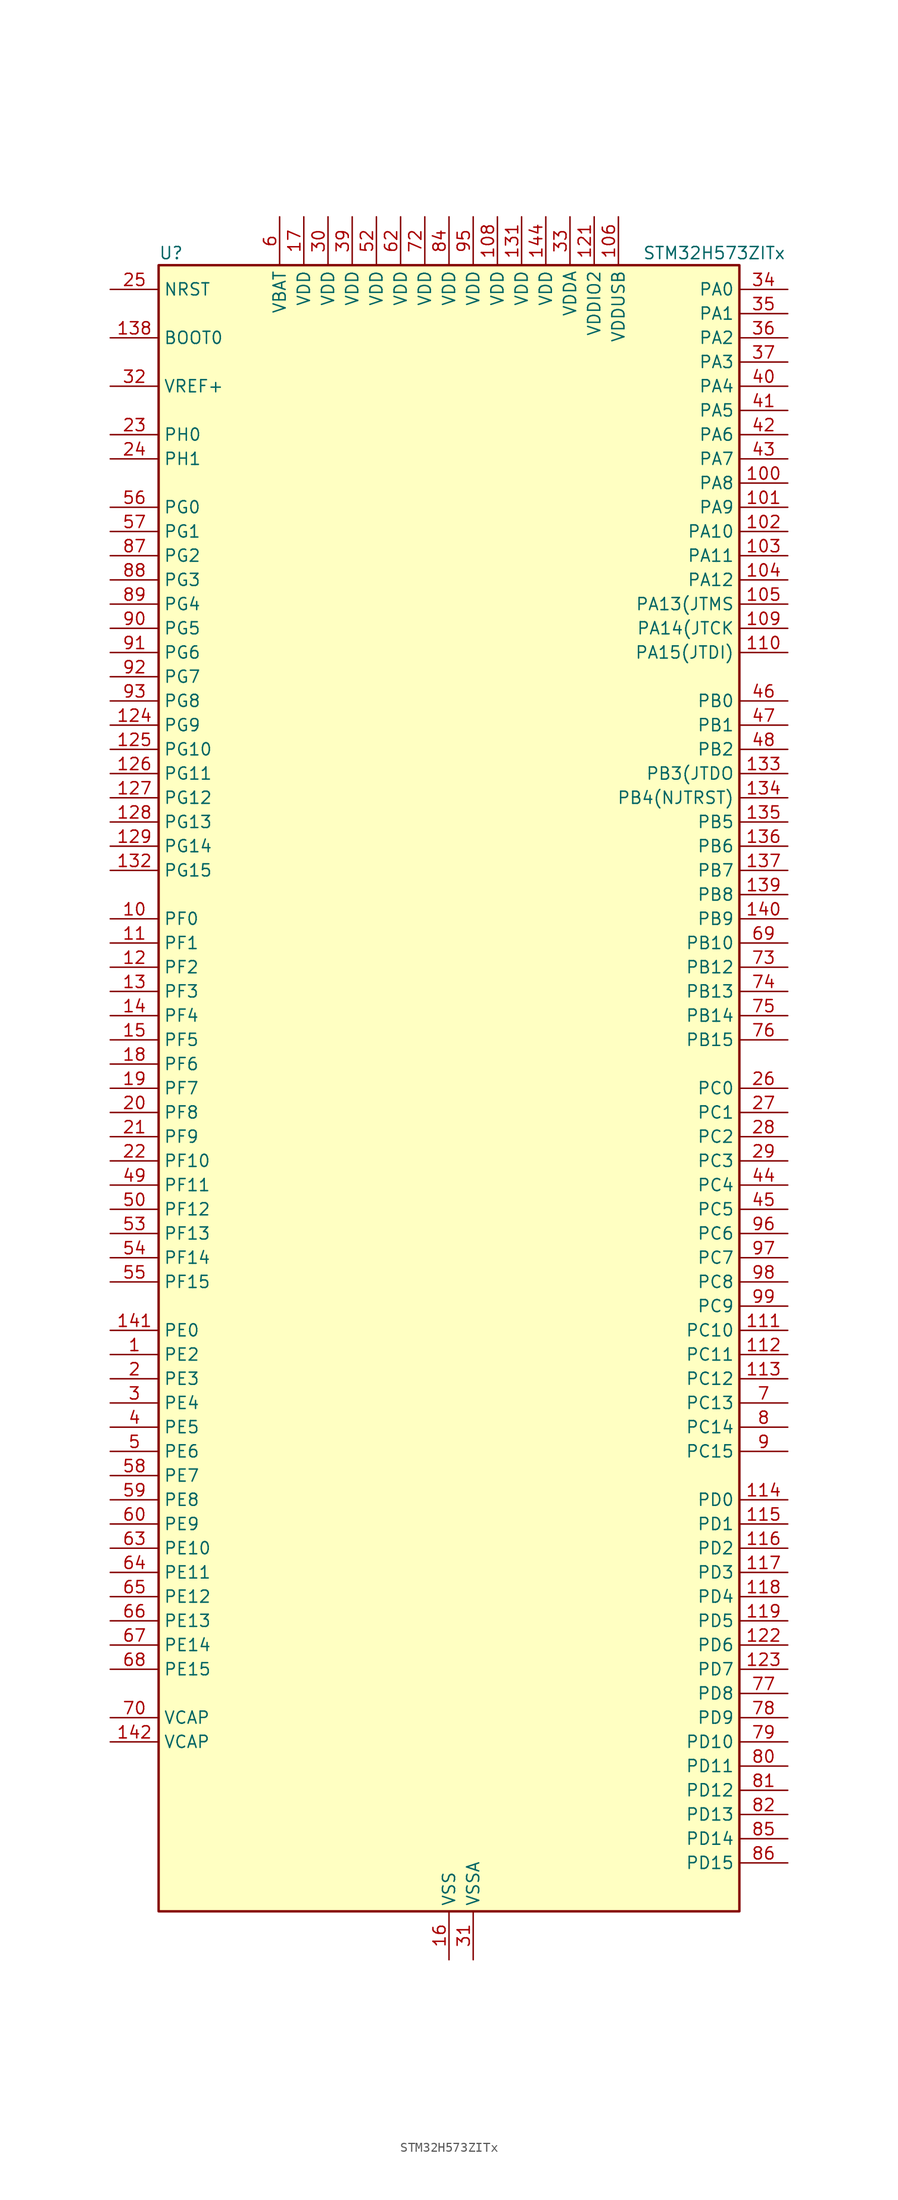
<source format=kicad_sym>
(kicad_symbol_lib
  (version 20231120)
  (generator "kicad_symbol_editor")
  (generator_version "8.0")
  (symbol "STM32H573ZITx"
    (property "Reference" "U"
      (at -30.48 87.63 0)
      (effects (font (size 1.27 1.27)) (justify left)))
    (property "Value" "STM32H573ZITx"
      (at 20.32 87.63 0)
      (effects (font (size 1.27 1.27)) (justify left)))
    (property "ki_locked" ""
      (at 0 0 0)
      (effects (font (size 1.27 1.27))))
    (symbol "STM32H573ZITx_0_1"
      (rectangle (start -30.48 -86.36) (end 30.48 86.36) (stroke (width 0.254) (type default)) (fill (type background))))
    (symbol "STM32H573ZITx_1_1"
      (pin bidirectional line (at -35.56 -27.94 0) (length 5.08) (name "PE2" (effects (font (size 1.27 1.27)))) (number "1" (effects (font (size 1.27 1.27)))) (alternate "DCMI_D3" bidirectional line) (alternate "DEBUG_TRACECLK" bidirectional line) (alternate "ETH_TXD3" bidirectional line) (alternate "FMC_A23" bidirectional line) (alternate "LPTIM1_IN2" bidirectional line) (alternate "OCTOSPI1_IO2" bidirectional line) (alternate "PSSI_D3" bidirectional line) (alternate "SAI1_CK1" bidirectional line) (alternate "SAI1_MCLK_A" bidirectional line) (alternate "SPI4_SCK" bidirectional line) (alternate "UART8_TX" bidirectional line) (alternate "USART10_RX" bidirectional line))
      (pin bidirectional line (at -35.56 17.78 0) (length 5.08) (name "PF0" (effects (font (size 1.27 1.27)))) (number "10" (effects (font (size 1.27 1.27)))) (alternate "FMC_A0" bidirectional line) (alternate "I2C2_SDA" bidirectional line) (alternate "LPTIM5_CH1" bidirectional line))
      (pin bidirectional line (at 35.56 63.5 180) (length 5.08) (name "PA8" (effects (font (size 1.27 1.27)))) (number "100" (effects (font (size 1.27 1.27)))) (alternate "DCMI_D3" bidirectional line) (alternate "FMC_NOE" bidirectional line) (alternate "I2C3_SCL" bidirectional line) (alternate "PSSI_D3" bidirectional line) (alternate "RCC_MCO_1" bidirectional line) (alternate "SPI1_RDY" bidirectional line) (alternate "TIM1_CH1" bidirectional line) (alternate "TIM8_BKIN2" bidirectional line) (alternate "UART7_RX" bidirectional line) (alternate "USART1_CK" bidirectional line) (alternate "USB_SOF" bidirectional line))
      (pin bidirectional line (at 35.56 60.96 180) (length 5.08) (name "PA9" (effects (font (size 1.27 1.27)))) (number "101" (effects (font (size 1.27 1.27)))) (alternate "DAC1_EXTI9" bidirectional line) (alternate "DCMI_D0" bidirectional line) (alternate "ETH_TX_ER" bidirectional line) (alternate "FMC_NWE" bidirectional line) (alternate "I2C3_SMBA" bidirectional line) (alternate "I2S2_CK" bidirectional line) (alternate "LPUART1_TX" bidirectional line) (alternate "PSSI_D0" bidirectional line) (alternate "SPI2_SCK" bidirectional line) (alternate "TIM1_CH2" bidirectional line) (alternate "UCPD1_DB1" bidirectional line) (alternate "USART1_TX" bidirectional line))
      (pin bidirectional line (at 35.56 58.42 180) (length 5.08) (name "PA10" (effects (font (size 1.27 1.27)))) (number "102" (effects (font (size 1.27 1.27)))) (alternate "DCMI_D1" bidirectional line) (alternate "FDCAN2_TX" bidirectional line) (alternate "LPTIM2_IN2" bidirectional line) (alternate "LPUART1_RX" bidirectional line) (alternate "PSSI_D1" bidirectional line) (alternate "SDMMC1_D0" bidirectional line) (alternate "TIM1_CH3" bidirectional line) (alternate "UCPD1_FRSTX" bidirectional line) (alternate "USART1_RX" bidirectional line))
      (pin bidirectional line (at 35.56 55.88 180) (length 5.08) (name "PA11" (effects (font (size 1.27 1.27)))) (number "103" (effects (font (size 1.27 1.27)))) (alternate "ADC1_EXTI11" bidirectional line) (alternate "ADC2_EXTI11" bidirectional line) (alternate "FDCAN1_RX" bidirectional line) (alternate "I2S2_WS" bidirectional line) (alternate "LPUART1_CTS" bidirectional line) (alternate "SPI2_NSS" bidirectional line) (alternate "TIM1_CH4" bidirectional line) (alternate "UART4_RX" bidirectional line) (alternate "USART1_CTS" bidirectional line) (alternate "USART1_NSS" bidirectional line) (alternate "USB_DM" bidirectional line))
      (pin bidirectional line (at 35.56 53.34 180) (length 5.08) (name "PA12" (effects (font (size 1.27 1.27)))) (number "104" (effects (font (size 1.27 1.27)))) (alternate "FDCAN1_TX" bidirectional line) (alternate "I2S2_CK" bidirectional line) (alternate "LPUART1_RTS" bidirectional line) (alternate "SAI2_FS_B" bidirectional line) (alternate "SPI2_SCK" bidirectional line) (alternate "TIM1_ETR" bidirectional line) (alternate "UART4_TX" bidirectional line) (alternate "USART1_RTS" bidirectional line) (alternate "USB_DP" bidirectional line))
      (pin bidirectional line (at 35.56 50.8 180) (length 5.08) (name "PA13(JTMS" (effects (font (size 1.27 1.27)))) (number "105" (effects (font (size 1.27 1.27)))) (alternate "DEBUG_JTMS-SWDIO" bidirectional line))
      (pin power_in line (at 17.78 91.44 270) (length 5.08) (name "VDDUSB" (effects (font (size 1.27 1.27)))) (number "106" (effects (font (size 1.27 1.27)))))
      (pin passive line (at 0 -91.44 90) (length 5.08) hide (name "VSS" (effects (font (size 1.27 1.27)))) (number "107" (effects (font (size 1.27 1.27)))))
      (pin power_in line (at 5.08 91.44 270) (length 5.08) (name "VDD" (effects (font (size 1.27 1.27)))) (number "108" (effects (font (size 1.27 1.27)))))
      (pin bidirectional line (at 35.56 48.26 180) (length 5.08) (name "PA14(JTCK" (effects (font (size 1.27 1.27)))) (number "109" (effects (font (size 1.27 1.27)))) (alternate "DEBUG_JTCK-SWCLK" bidirectional line))
      (pin bidirectional line (at -35.56 15.24 0) (length 5.08) (name "PF1" (effects (font (size 1.27 1.27)))) (number "11" (effects (font (size 1.27 1.27)))) (alternate "FMC_A1" bidirectional line) (alternate "I2C2_SCL" bidirectional line) (alternate "LPTIM5_CH2" bidirectional line))
      (pin bidirectional line (at 35.56 45.72 180) (length 5.08) (name "PA15(JTDI)" (effects (font (size 1.27 1.27)))) (number "110" (effects (font (size 1.27 1.27)))) (alternate "ADC1_EXTI15" bidirectional line) (alternate "ADC2_EXTI15" bidirectional line) (alternate "CEC" bidirectional line) (alternate "DCMI_D11" bidirectional line) (alternate "DEBUG_JTDI" bidirectional line) (alternate "FMC_NBL1" bidirectional line) (alternate "I2S1_WS" bidirectional line) (alternate "I2S3_WS" bidirectional line) (alternate "LPTIM3_IN2" bidirectional line) (alternate "PSSI_D11" bidirectional line) (alternate "SPI1_NSS" bidirectional line) (alternate "SPI3_NSS" bidirectional line) (alternate "SPI6_NSS" bidirectional line) (alternate "TIM2_CH1" bidirectional line) (alternate "TIM2_ETR" bidirectional line) (alternate "UART4_DE" bidirectional line) (alternate "UART4_RTS" bidirectional line) (alternate "UART7_TX" bidirectional line))
      (pin bidirectional line (at 35.56 -25.4 180) (length 5.08) (name "PC10" (effects (font (size 1.27 1.27)))) (number "111" (effects (font (size 1.27 1.27)))) (alternate "DCMI_D8" bidirectional line) (alternate "ETH_TXD0" bidirectional line) (alternate "I2S3_CK" bidirectional line) (alternate "LPTIM3_ETR" bidirectional line) (alternate "OCTOSPI1_IO1" bidirectional line) (alternate "PSSI_D8" bidirectional line) (alternate "SDMMC1_D2" bidirectional line) (alternate "SPI3_SCK" bidirectional line) (alternate "UART4_TX" bidirectional line) (alternate "USART3_TX" bidirectional line))
      (pin bidirectional line (at 35.56 -27.94 180) (length 5.08) (name "PC11" (effects (font (size 1.27 1.27)))) (number "112" (effects (font (size 1.27 1.27)))) (alternate "ADC1_EXTI11" bidirectional line) (alternate "ADC2_EXTI11" bidirectional line) (alternate "DCMI_D4" bidirectional line) (alternate "I2S3_SDI" bidirectional line) (alternate "LPTIM3_IN1" bidirectional line) (alternate "OCTOSPI1_NCS" bidirectional line) (alternate "PSSI_D4" bidirectional line) (alternate "SDMMC1_D3" bidirectional line) (alternate "SPI3_MISO" bidirectional line) (alternate "UART4_RX" bidirectional line) (alternate "USART3_RX" bidirectional line))
      (pin bidirectional line (at 35.56 -30.48 180) (length 5.08) (name "PC12" (effects (font (size 1.27 1.27)))) (number "113" (effects (font (size 1.27 1.27)))) (alternate "DCMI_D9" bidirectional line) (alternate "DEBUG_TRACED3" bidirectional line) (alternate "I2S3_SDO" bidirectional line) (alternate "PSSI_D9" bidirectional line) (alternate "SDMMC1_CK" bidirectional line) (alternate "SPI3_MOSI" bidirectional line) (alternate "SPI6_SCK" bidirectional line) (alternate "TIM15_CH1" bidirectional line) (alternate "UART5_TX" bidirectional line) (alternate "USART3_CK" bidirectional line))
      (pin bidirectional line (at 35.56 -43.18 180) (length 5.08) (name "PD0" (effects (font (size 1.27 1.27)))) (number "114" (effects (font (size 1.27 1.27)))) (alternate "FDCAN1_RX" bidirectional line) (alternate "FMC_D2" bidirectional line) (alternate "FMC_DA2" bidirectional line) (alternate "TIM8_CH4N" bidirectional line) (alternate "UART4_RX" bidirectional line) (alternate "UART9_CTS" bidirectional line))
      (pin bidirectional line (at 35.56 -45.72 180) (length 5.08) (name "PD1" (effects (font (size 1.27 1.27)))) (number "115" (effects (font (size 1.27 1.27)))) (alternate "FDCAN1_TX" bidirectional line) (alternate "FMC_D3" bidirectional line) (alternate "FMC_DA3" bidirectional line) (alternate "UART4_TX" bidirectional line))
      (pin bidirectional line (at 35.56 -48.26 180) (length 5.08) (name "PD2" (effects (font (size 1.27 1.27)))) (number "116" (effects (font (size 1.27 1.27)))) (alternate "DCMI_D11" bidirectional line) (alternate "DEBUG_TRACED2" bidirectional line) (alternate "LPTIM4_ETR" bidirectional line) (alternate "PSSI_D11" bidirectional line) (alternate "PWR_WKUP7" bidirectional line) (alternate "SDMMC1_CMD" bidirectional line) (alternate "TIM15_BKIN" bidirectional line) (alternate "TIM3_ETR" bidirectional line) (alternate "UART5_RX" bidirectional line))
      (pin bidirectional line (at 35.56 -50.8 180) (length 5.08) (name "PD3" (effects (font (size 1.27 1.27)))) (number "117" (effects (font (size 1.27 1.27)))) (alternate "DCMI_D5" bidirectional line) (alternate "FMC_CLK" bidirectional line) (alternate "I2S2_CK" bidirectional line) (alternate "PSSI_D5" bidirectional line) (alternate "PWR_WKUP8" bidirectional line) (alternate "SPI2_SCK" bidirectional line) (alternate "USART2_CTS" bidirectional line) (alternate "USART2_NSS" bidirectional line))
      (pin bidirectional line (at 35.56 -53.34 180) (length 5.08) (name "PD4" (effects (font (size 1.27 1.27)))) (number "118" (effects (font (size 1.27 1.27)))) (alternate "FMC_NOE" bidirectional line) (alternate "OCTOSPI1_IO4" bidirectional line) (alternate "USART2_RTS" bidirectional line))
      (pin bidirectional line (at 35.56 -55.88 180) (length 5.08) (name "PD5" (effects (font (size 1.27 1.27)))) (number "119" (effects (font (size 1.27 1.27)))) (alternate "FDCAN1_TX" bidirectional line) (alternate "FMC_NWE" bidirectional line) (alternate "OCTOSPI1_IO5" bidirectional line) (alternate "SPI2_RDY" bidirectional line) (alternate "TIM1_CH4N" bidirectional line) (alternate "USART2_TX" bidirectional line))
      (pin bidirectional line (at -35.56 12.7 0) (length 5.08) (name "PF2" (effects (font (size 1.27 1.27)))) (number "12" (effects (font (size 1.27 1.27)))) (alternate "FMC_A2" bidirectional line) (alternate "I2C2_SMBA" bidirectional line) (alternate "LPTIM3_CH2" bidirectional line) (alternate "LPTIM3_IN2" bidirectional line) (alternate "LPTIM5_IN1" bidirectional line) (alternate "UART12_TX" bidirectional line) (alternate "USART11_CK" bidirectional line))
      (pin passive line (at 0 -91.44 90) (length 5.08) hide (name "VSS" (effects (font (size 1.27 1.27)))) (number "120" (effects (font (size 1.27 1.27)))))
      (pin power_in line (at 15.24 91.44 270) (length 5.08) (name "VDDIO2" (effects (font (size 1.27 1.27)))) (number "121" (effects (font (size 1.27 1.27)))))
      (pin bidirectional line (at 35.56 -58.42 180) (length 5.08) (name "PD6" (effects (font (size 1.27 1.27)))) (number "122" (effects (font (size 1.27 1.27)))) (alternate "DCMI_D10" bidirectional line) (alternate "FMC_NWAIT" bidirectional line) (alternate "I2S3_SDO" bidirectional line) (alternate "OCTOSPI1_IO6" bidirectional line) (alternate "PSSI_D10" bidirectional line) (alternate "SAI1_D1" bidirectional line) (alternate "SAI1_SD_A" bidirectional line) (alternate "SDMMC2_CK" bidirectional line) (alternate "SPI3_MOSI" bidirectional line) (alternate "USART2_RX" bidirectional line))
      (pin bidirectional line (at 35.56 -60.96 180) (length 5.08) (name "PD7" (effects (font (size 1.27 1.27)))) (number "123" (effects (font (size 1.27 1.27)))) (alternate "FMC_NCE" bidirectional line) (alternate "FMC_NE1" bidirectional line) (alternate "I2S1_SDO" bidirectional line) (alternate "LPTIM4_OUT" bidirectional line) (alternate "OCTOSPI1_IO7" bidirectional line) (alternate "SDMMC2_CMD" bidirectional line) (alternate "SPI1_MOSI" bidirectional line) (alternate "USART2_CK" bidirectional line))
      (pin bidirectional line (at -35.56 38.1 0) (length 5.08) (name "PG9" (effects (font (size 1.27 1.27)))) (number "124" (effects (font (size 1.27 1.27)))) (alternate "DAC1_EXTI9" bidirectional line) (alternate "DCMI_VSYNC" bidirectional line) (alternate "FMC_NCE" bidirectional line) (alternate "FMC_NE2" bidirectional line) (alternate "I2S1_SDI" bidirectional line) (alternate "OCTOSPI1_IO6" bidirectional line) (alternate "PSSI_RDY" bidirectional line) (alternate "SAI2_FS_B" bidirectional line) (alternate "SDMMC2_D0" bidirectional line) (alternate "SPI1_MISO" bidirectional line) (alternate "USART6_RX" bidirectional line))
      (pin bidirectional line (at -35.56 35.56 0) (length 5.08) (name "PG10" (effects (font (size 1.27 1.27)))) (number "125" (effects (font (size 1.27 1.27)))) (alternate "DCMI_D2" bidirectional line) (alternate "FMC_NE3" bidirectional line) (alternate "I2S1_WS" bidirectional line) (alternate "PSSI_D2" bidirectional line) (alternate "SAI2_SD_B" bidirectional line) (alternate "SDMMC2_D1" bidirectional line) (alternate "SPI1_NSS" bidirectional line))
      (pin bidirectional line (at -35.56 33.02 0) (length 5.08) (name "PG11" (effects (font (size 1.27 1.27)))) (number "126" (effects (font (size 1.27 1.27)))) (alternate "ADC1_EXTI11" bidirectional line) (alternate "ADC2_EXTI11" bidirectional line) (alternate "DCMI_D3" bidirectional line) (alternate "ETH_TX_EN" bidirectional line) (alternate "I2S1_CK" bidirectional line) (alternate "LPTIM1_IN2" bidirectional line) (alternate "PSSI_D3" bidirectional line) (alternate "SDMMC2_D2" bidirectional line) (alternate "SPI1_SCK" bidirectional line) (alternate "USART10_RX" bidirectional line) (alternate "USART11_RTS" bidirectional line))
      (pin bidirectional line (at -35.56 30.48 0) (length 5.08) (name "PG12" (effects (font (size 1.27 1.27)))) (number "127" (effects (font (size 1.27 1.27)))) (alternate "DCMI_D11" bidirectional line) (alternate "ETH_TXD1" bidirectional line) (alternate "FMC_NE4" bidirectional line) (alternate "LPTIM1_IN1" bidirectional line) (alternate "LPTIM5_CH1" bidirectional line) (alternate "PSSI_D11" bidirectional line) (alternate "PSSI_D15" bidirectional line) (alternate "SDMMC2_D3" bidirectional line) (alternate "SPI6_MISO" bidirectional line) (alternate "USART10_TX" bidirectional line) (alternate "USART6_RTS" bidirectional line))
      (pin bidirectional line (at -35.56 27.94 0) (length 5.08) (name "PG13" (effects (font (size 1.27 1.27)))) (number "128" (effects (font (size 1.27 1.27)))) (alternate "DEBUG_TRACED0" bidirectional line) (alternate "ETH_TXD0" bidirectional line) (alternate "FMC_A24" bidirectional line) (alternate "LPTIM1_CH1" bidirectional line) (alternate "LPTIM5_CH2" bidirectional line) (alternate "SDMMC2_D6" bidirectional line) (alternate "SPI6_SCK" bidirectional line) (alternate "USART10_CTS" bidirectional line) (alternate "USART10_NSS" bidirectional line) (alternate "USART6_CTS" bidirectional line) (alternate "USART6_NSS" bidirectional line))
      (pin bidirectional line (at -35.56 25.4 0) (length 5.08) (name "PG14" (effects (font (size 1.27 1.27)))) (number "129" (effects (font (size 1.27 1.27)))) (alternate "DEBUG_TRACED1" bidirectional line) (alternate "ETH_TXD1" bidirectional line) (alternate "FMC_A25" bidirectional line) (alternate "LPTIM1_CH2" bidirectional line) (alternate "LPTIM1_ETR" bidirectional line) (alternate "LPTIM5_IN1" bidirectional line) (alternate "OCTOSPI1_IO7" bidirectional line) (alternate "SDMMC2_D7" bidirectional line) (alternate "SPI6_MOSI" bidirectional line) (alternate "USART10_RTS" bidirectional line) (alternate "USART6_TX" bidirectional line))
      (pin bidirectional line (at -35.56 10.16 0) (length 5.08) (name "PF3" (effects (font (size 1.27 1.27)))) (number "13" (effects (font (size 1.27 1.27)))) (alternate "FMC_A3" bidirectional line) (alternate "LPTIM3_IN1" bidirectional line) (alternate "LPTIM5_IN2" bidirectional line) (alternate "USART11_TX" bidirectional line))
      (pin passive line (at 0 -91.44 90) (length 5.08) hide (name "VSS" (effects (font (size 1.27 1.27)))) (number "130" (effects (font (size 1.27 1.27)))))
      (pin power_in line (at 7.62 91.44 270) (length 5.08) (name "VDD" (effects (font (size 1.27 1.27)))) (number "131" (effects (font (size 1.27 1.27)))))
      (pin bidirectional line (at -35.56 22.86 0) (length 5.08) (name "PG15" (effects (font (size 1.27 1.27)))) (number "132" (effects (font (size 1.27 1.27)))) (alternate "ADC1_EXTI15" bidirectional line) (alternate "ADC2_EXTI15" bidirectional line) (alternate "DCMI_D13" bidirectional line) (alternate "FMC_SDNCAS" bidirectional line) (alternate "PSSI_D13" bidirectional line) (alternate "SPI4_RDY" bidirectional line) (alternate "USART10_CK" bidirectional line) (alternate "USART6_CTS" bidirectional line) (alternate "USART6_NSS" bidirectional line))
      (pin bidirectional line (at 35.56 33.02 180) (length 5.08) (name "PB3(JTDO" (effects (font (size 1.27 1.27)))) (number "133" (effects (font (size 1.27 1.27)))) (alternate "CRS_SYNC" bidirectional line) (alternate "DEBUG_JTDO-SWO" bidirectional line) (alternate "I2C2_SDA" bidirectional line) (alternate "I2S1_CK" bidirectional line) (alternate "I2S3_CK" bidirectional line) (alternate "LPTIM6_ETR" bidirectional line) (alternate "SDMMC2_D2" bidirectional line) (alternate "SPI1_SCK" bidirectional line) (alternate "SPI3_SCK" bidirectional line) (alternate "SPI6_SCK" bidirectional line) (alternate "TIM2_CH2" bidirectional line) (alternate "UART12_CTS" bidirectional line) (alternate "UART7_RX" bidirectional line))
      (pin bidirectional line (at 35.56 30.48 180) (length 5.08) (name "PB4(NJTRST)" (effects (font (size 1.27 1.27)))) (number "134" (effects (font (size 1.27 1.27)))) (alternate "DCMI_D7" bidirectional line) (alternate "DEBUG_JTRST" bidirectional line) (alternate "I2S1_SDI" bidirectional line) (alternate "I2S2_WS" bidirectional line) (alternate "I2S3_SDI" bidirectional line) (alternate "LPTIM1_CH2" bidirectional line) (alternate "OCTOSPI1_CLK" bidirectional line) (alternate "PSSI_D7" bidirectional line) (alternate "SDMMC2_D3" bidirectional line) (alternate "SPI1_MISO" bidirectional line) (alternate "SPI2_NSS" bidirectional line) (alternate "SPI3_MISO" bidirectional line) (alternate "SPI6_MISO" bidirectional line) (alternate "TIM16_BKIN" bidirectional line) (alternate "TIM3_CH1" bidirectional line) (alternate "UART7_TX" bidirectional line))
      (pin bidirectional line (at 35.56 27.94 180) (length 5.08) (name "PB5" (effects (font (size 1.27 1.27)))) (number "135" (effects (font (size 1.27 1.27)))) (alternate "DCMI_D10" bidirectional line) (alternate "ETH_PPS_OUT" bidirectional line) (alternate "FDCAN2_RX" bidirectional line) (alternate "FMC_SDCKE1" bidirectional line) (alternate "I2C1_SMBA" bidirectional line) (alternate "I2C4_SMBA" bidirectional line) (alternate "I2S1_SDO" bidirectional line) (alternate "I2S3_SDO" bidirectional line) (alternate "OCTOSPI1_NCLK" bidirectional line) (alternate "PSSI_D10" bidirectional line) (alternate "SPI1_MOSI" bidirectional line) (alternate "SPI3_MOSI" bidirectional line) (alternate "SPI6_MOSI" bidirectional line) (alternate "TIM17_BKIN" bidirectional line) (alternate "TIM3_CH2" bidirectional line) (alternate "UART5_RX" bidirectional line))
      (pin bidirectional line (at 35.56 25.4 180) (length 5.08) (name "PB6" (effects (font (size 1.27 1.27)))) (number "136" (effects (font (size 1.27 1.27)))) (alternate "CEC" bidirectional line) (alternate "DCMI_D5" bidirectional line) (alternate "FDCAN2_TX" bidirectional line) (alternate "FMC_SDNE1" bidirectional line) (alternate "I2C1_SCL" bidirectional line) (alternate "I2C4_SCL" bidirectional line) (alternate "I3C1_SCL" bidirectional line) (alternate "LPUART1_TX" bidirectional line) (alternate "OCTOSPI1_NCS" bidirectional line) (alternate "PSSI_D5" bidirectional line) (alternate "TIM16_CH1N" bidirectional line) (alternate "TIM4_CH1" bidirectional line) (alternate "UART5_TX" bidirectional line) (alternate "USART1_TX" bidirectional line))
      (pin bidirectional line (at 35.56 22.86 180) (length 5.08) (name "PB7" (effects (font (size 1.27 1.27)))) (number "137" (effects (font (size 1.27 1.27)))) (alternate "DCMI_VSYNC" bidirectional line) (alternate "FDCAN1_TX" bidirectional line) (alternate "FMC_NL" bidirectional line) (alternate "I2C1_SDA" bidirectional line) (alternate "I2C4_SDA" bidirectional line) (alternate "I3C1_SDA" bidirectional line) (alternate "LPUART1_RX" bidirectional line) (alternate "PSSI_RDY" bidirectional line) (alternate "PWR_WKUP5" bidirectional line) (alternate "SDMMC2_CKIN" bidirectional line) (alternate "SDMMC2_D5" bidirectional line) (alternate "TIM17_CH1N" bidirectional line) (alternate "TIM4_CH2" bidirectional line) (alternate "USART1_RX" bidirectional line))
      (pin input line (at -35.56 78.74 0) (length 5.08) (name "BOOT0" (effects (font (size 1.27 1.27)))) (number "138" (effects (font (size 1.27 1.27)))))
      (pin bidirectional line (at 35.56 20.32 180) (length 5.08) (name "PB8" (effects (font (size 1.27 1.27)))) (number "139" (effects (font (size 1.27 1.27)))) (alternate "DCMI_D6" bidirectional line) (alternate "ETH_TXD3" bidirectional line) (alternate "FDCAN1_RX" bidirectional line) (alternate "I2C1_SCL" bidirectional line) (alternate "I2C4_SCL" bidirectional line) (alternate "I3C1_SCL" bidirectional line) (alternate "PSSI_D6" bidirectional line) (alternate "SDMMC1_CKIN" bidirectional line) (alternate "SDMMC1_D4" bidirectional line) (alternate "SDMMC2_D4" bidirectional line) (alternate "SPI4_RDY" bidirectional line) (alternate "TIM16_CH1" bidirectional line) (alternate "TIM4_CH3" bidirectional line) (alternate "UART4_RX" bidirectional line))
      (pin bidirectional line (at -35.56 7.62 0) (length 5.08) (name "PF4" (effects (font (size 1.27 1.27)))) (number "14" (effects (font (size 1.27 1.27)))) (alternate "FMC_A4" bidirectional line) (alternate "LPTIM3_ETR" bidirectional line) (alternate "USART11_RX" bidirectional line))
      (pin bidirectional line (at 35.56 17.78 180) (length 5.08) (name "PB9" (effects (font (size 1.27 1.27)))) (number "140" (effects (font (size 1.27 1.27)))) (alternate "DAC1_EXTI9" bidirectional line) (alternate "DCMI_D7" bidirectional line) (alternate "FDCAN1_TX" bidirectional line) (alternate "I2C1_SDA" bidirectional line) (alternate "I2C4_SDA" bidirectional line) (alternate "I2S2_WS" bidirectional line) (alternate "I3C1_SDA" bidirectional line) (alternate "PSSI_D7" bidirectional line) (alternate "SDMMC1_CDIR" bidirectional line) (alternate "SDMMC1_D5" bidirectional line) (alternate "SDMMC2_CKIN" bidirectional line) (alternate "SDMMC2_D5" bidirectional line) (alternate "SPI2_NSS" bidirectional line) (alternate "TIM17_CH1" bidirectional line) (alternate "TIM4_CH4" bidirectional line) (alternate "UART4_TX" bidirectional line))
      (pin bidirectional line (at -35.56 -25.4 0) (length 5.08) (name "PE0" (effects (font (size 1.27 1.27)))) (number "141" (effects (font (size 1.27 1.27)))) (alternate "DCMI_D2" bidirectional line) (alternate "FDCAN1_RX" bidirectional line) (alternate "FMC_NBL0" bidirectional line) (alternate "LPTIM1_ETR" bidirectional line) (alternate "LPTIM2_CH2" bidirectional line) (alternate "LPTIM2_ETR" bidirectional line) (alternate "PSSI_D2" bidirectional line) (alternate "SAI2_MCLK_A" bidirectional line) (alternate "SPI3_RDY" bidirectional line) (alternate "TIM4_ETR" bidirectional line) (alternate "UART8_RX" bidirectional line))
      (pin power_out line (at -35.56 -68.58 0) (length 5.08) (name "VCAP" (effects (font (size 1.27 1.27)))) (number "142" (effects (font (size 1.27 1.27)))))
      (pin passive line (at 0 -91.44 90) (length 5.08) hide (name "VSS" (effects (font (size 1.27 1.27)))) (number "143" (effects (font (size 1.27 1.27)))))
      (pin power_in line (at 10.16 91.44 270) (length 5.08) (name "VDD" (effects (font (size 1.27 1.27)))) (number "144" (effects (font (size 1.27 1.27)))))
      (pin bidirectional line (at -35.56 5.08 0) (length 5.08) (name "PF5" (effects (font (size 1.27 1.27)))) (number "15" (effects (font (size 1.27 1.27)))) (alternate "FMC_A5" bidirectional line) (alternate "I2C4_SCL" bidirectional line) (alternate "I3C1_SCL" bidirectional line) (alternate "LPTIM3_CH1" bidirectional line) (alternate "LPTIM3_IN1" bidirectional line) (alternate "UART12_RX" bidirectional line) (alternate "USART11_CTS" bidirectional line) (alternate "USART11_NSS" bidirectional line))
      (pin power_in line (at 0 -91.44 90) (length 5.08) (name "VSS" (effects (font (size 1.27 1.27)))) (number "16" (effects (font (size 1.27 1.27)))))
      (pin power_in line (at -15.24 91.44 270) (length 5.08) (name "VDD" (effects (font (size 1.27 1.27)))) (number "17" (effects (font (size 1.27 1.27)))))
      (pin bidirectional line (at -35.56 2.54 0) (length 5.08) (name "PF6" (effects (font (size 1.27 1.27)))) (number "18" (effects (font (size 1.27 1.27)))) (alternate "LPTIM5_CH1" bidirectional line) (alternate "OCTOSPI1_IO3" bidirectional line) (alternate "SAI1_SD_B" bidirectional line) (alternate "SPI5_NSS" bidirectional line) (alternate "TIM16_CH1" bidirectional line) (alternate "UART7_RX" bidirectional line))
      (pin bidirectional line (at -35.56 0 0) (length 5.08) (name "PF7" (effects (font (size 1.27 1.27)))) (number "19" (effects (font (size 1.27 1.27)))) (alternate "LPTIM5_CH2" bidirectional line) (alternate "OCTOSPI1_IO2" bidirectional line) (alternate "SAI1_MCLK_B" bidirectional line) (alternate "SPI5_SCK" bidirectional line) (alternate "TIM17_CH1" bidirectional line) (alternate "UART7_TX" bidirectional line))
      (pin bidirectional line (at -35.56 -30.48 0) (length 5.08) (name "PE3" (effects (font (size 1.27 1.27)))) (number "2" (effects (font (size 1.27 1.27)))) (alternate "DEBUG_TRACED0" bidirectional line) (alternate "FMC_A19" bidirectional line) (alternate "SAI1_SD_B" bidirectional line) (alternate "TAMP_IN6" bidirectional line) (alternate "TAMP_OUT3" bidirectional line) (alternate "TIM15_BKIN" bidirectional line) (alternate "USART10_TX" bidirectional line))
      (pin bidirectional line (at -35.56 -2.54 0) (length 5.08) (name "PF8" (effects (font (size 1.27 1.27)))) (number "20" (effects (font (size 1.27 1.27)))) (alternate "LPTIM5_IN1" bidirectional line) (alternate "OCTOSPI1_IO0" bidirectional line) (alternate "SAI1_SCK_B" bidirectional line) (alternate "SPI5_MISO" bidirectional line) (alternate "TIM13_CH1" bidirectional line) (alternate "TIM16_CH1N" bidirectional line) (alternate "UART7_RTS" bidirectional line))
      (pin bidirectional line (at -35.56 -5.08 0) (length 5.08) (name "PF9" (effects (font (size 1.27 1.27)))) (number "21" (effects (font (size 1.27 1.27)))) (alternate "DAC1_EXTI9" bidirectional line) (alternate "LPTIM5_IN2" bidirectional line) (alternate "OCTOSPI1_IO1" bidirectional line) (alternate "SAI1_FS_B" bidirectional line) (alternate "SPI5_MOSI" bidirectional line) (alternate "TIM14_CH1" bidirectional line) (alternate "TIM17_CH1N" bidirectional line) (alternate "UART7_CTS" bidirectional line))
      (pin bidirectional line (at -35.56 -7.62 0) (length 5.08) (name "PF10" (effects (font (size 1.27 1.27)))) (number "22" (effects (font (size 1.27 1.27)))) (alternate "DCMI_D11" bidirectional line) (alternate "OCTOSPI1_CLK" bidirectional line) (alternate "PSSI_D11" bidirectional line) (alternate "PSSI_D15" bidirectional line) (alternate "SAI1_D3" bidirectional line) (alternate "TIM16_BKIN" bidirectional line))
      (pin bidirectional line (at -35.56 68.58 0) (length 5.08) (name "PH0" (effects (font (size 1.27 1.27)))) (number "23" (effects (font (size 1.27 1.27)))) (alternate "RCC_OSC_IN" bidirectional line))
      (pin bidirectional line (at -35.56 66.04 0) (length 5.08) (name "PH1" (effects (font (size 1.27 1.27)))) (number "24" (effects (font (size 1.27 1.27)))) (alternate "RCC_OSC_OUT" bidirectional line))
      (pin input line (at -35.56 83.82 0) (length 5.08) (name "NRST" (effects (font (size 1.27 1.27)))) (number "25" (effects (font (size 1.27 1.27)))))
      (pin bidirectional line (at 35.56 0 180) (length 5.08) (name "PC0" (effects (font (size 1.27 1.27)))) (number "26" (effects (font (size 1.27 1.27)))) (alternate "ADC1_INP10" bidirectional line) (alternate "ADC2_INP10" bidirectional line) (alternate "FMC_A25" bidirectional line) (alternate "FMC_SDNWE" bidirectional line) (alternate "OCTOSPI1_IO7" bidirectional line) (alternate "SAI1_MCLK_A" bidirectional line) (alternate "SAI2_FS_B" bidirectional line) (alternate "SPI2_RDY" bidirectional line) (alternate "TIM16_BKIN" bidirectional line))
      (pin bidirectional line (at 35.56 -2.54 180) (length 5.08) (name "PC1" (effects (font (size 1.27 1.27)))) (number "27" (effects (font (size 1.27 1.27)))) (alternate "ADC1_INN10" bidirectional line) (alternate "ADC1_INP11" bidirectional line) (alternate "ADC2_INN10" bidirectional line) (alternate "ADC2_INP11" bidirectional line) (alternate "DEBUG_TRACED0" bidirectional line) (alternate "ETH_MDC" bidirectional line) (alternate "I2S2_SDO" bidirectional line) (alternate "OCTOSPI1_IO4" bidirectional line) (alternate "PWR_WKUP6" bidirectional line) (alternate "SAI1_D1" bidirectional line) (alternate "SAI1_SD_A" bidirectional line) (alternate "SAI2_SD_A" bidirectional line) (alternate "SDMMC2_CK" bidirectional line) (alternate "SPI2_MOSI" bidirectional line) (alternate "TAMP_IN3" bidirectional line) (alternate "TAMP_OUT5" bidirectional line) (alternate "USART11_RTS" bidirectional line))
      (pin bidirectional line (at 35.56 -5.08 180) (length 5.08) (name "PC2" (effects (font (size 1.27 1.27)))) (number "28" (effects (font (size 1.27 1.27)))) (alternate "ADC1_INN11" bidirectional line) (alternate "ADC1_INP12" bidirectional line) (alternate "ADC2_INN11" bidirectional line) (alternate "ADC2_INP12" bidirectional line) (alternate "ETH_TXD2" bidirectional line) (alternate "FMC_SDNE0" bidirectional line) (alternate "I2S2_SDI" bidirectional line) (alternate "OCTOSPI1_IO2" bidirectional line) (alternate "OCTOSPI1_IO5" bidirectional line) (alternate "PWR_CSLEEP" bidirectional line) (alternate "SPI2_MISO" bidirectional line) (alternate "TIM17_CH1" bidirectional line) (alternate "TIM4_CH4" bidirectional line))
      (pin bidirectional line (at 35.56 -7.62 180) (length 5.08) (name "PC3" (effects (font (size 1.27 1.27)))) (number "29" (effects (font (size 1.27 1.27)))) (alternate "ADC1_INN12" bidirectional line) (alternate "ADC1_INP13" bidirectional line) (alternate "ADC2_INN12" bidirectional line) (alternate "ADC2_INP13" bidirectional line) (alternate "ETH_TX_CLK" bidirectional line) (alternate "FMC_SDCKE0" bidirectional line) (alternate "I2S2_SDO" bidirectional line) (alternate "LPTIM3_CH1" bidirectional line) (alternate "OCTOSPI1_IO0" bidirectional line) (alternate "OCTOSPI1_IO6" bidirectional line) (alternate "PWR_CSTOP" bidirectional line) (alternate "SAI1_D3" bidirectional line) (alternate "SPI2_MOSI" bidirectional line))
      (pin bidirectional line (at -35.56 -33.02 0) (length 5.08) (name "PE4" (effects (font (size 1.27 1.27)))) (number "3" (effects (font (size 1.27 1.27)))) (alternate "DCMI_D4" bidirectional line) (alternate "DEBUG_TRACED1" bidirectional line) (alternate "FMC_A20" bidirectional line) (alternate "PSSI_D4" bidirectional line) (alternate "SAI1_D2" bidirectional line) (alternate "SAI1_FS_A" bidirectional line) (alternate "SPI4_NSS" bidirectional line) (alternate "TAMP_IN7" bidirectional line) (alternate "TAMP_OUT8" bidirectional line) (alternate "TIM15_CH1N" bidirectional line))
      (pin power_in line (at -12.7 91.44 270) (length 5.08) (name "VDD" (effects (font (size 1.27 1.27)))) (number "30" (effects (font (size 1.27 1.27)))))
      (pin power_in line (at 2.54 -91.44 90) (length 5.08) (name "VSSA" (effects (font (size 1.27 1.27)))) (number "31" (effects (font (size 1.27 1.27)))))
      (pin input line (at -35.56 73.66 0) (length 5.08) (name "VREF+" (effects (font (size 1.27 1.27)))) (number "32" (effects (font (size 1.27 1.27)))))
      (pin power_in line (at 12.7 91.44 270) (length 5.08) (name "VDDA" (effects (font (size 1.27 1.27)))) (number "33" (effects (font (size 1.27 1.27)))))
      (pin bidirectional line (at 35.56 83.82 180) (length 5.08) (name "PA0" (effects (font (size 1.27 1.27)))) (number "34" (effects (font (size 1.27 1.27)))) (alternate "ADC1_INN1" bidirectional line) (alternate "ADC1_INP0" bidirectional line) (alternate "ADC2_INN1" bidirectional line) (alternate "ADC2_INP0" bidirectional line) (alternate "ETH_CRS" bidirectional line) (alternate "PWR_WKUP1" bidirectional line) (alternate "SAI2_SD_B" bidirectional line) (alternate "SDMMC2_CMD" bidirectional line) (alternate "SPI3_RDY" bidirectional line) (alternate "SPI6_NSS" bidirectional line) (alternate "TAMP_IN2" bidirectional line) (alternate "TAMP_OUT1" bidirectional line) (alternate "TIM15_BKIN" bidirectional line) (alternate "TIM2_CH1" bidirectional line) (alternate "TIM2_ETR" bidirectional line) (alternate "TIM5_CH1" bidirectional line) (alternate "TIM8_ETR" bidirectional line) (alternate "UART4_TX" bidirectional line) (alternate "USART2_CTS" bidirectional line) (alternate "USART2_NSS" bidirectional line))
      (pin bidirectional line (at 35.56 81.28 180) (length 5.08) (name "PA1" (effects (font (size 1.27 1.27)))) (number "35" (effects (font (size 1.27 1.27)))) (alternate "ADC1_INP1" bidirectional line) (alternate "ADC2_INP1" bidirectional line) (alternate "ETH_REF_CLK" bidirectional line) (alternate "ETH_RX_CLK" bidirectional line) (alternate "LPTIM1_IN1" bidirectional line) (alternate "OCTOSPI1_DQS" bidirectional line) (alternate "OCTOSPI1_IO3" bidirectional line) (alternate "SAI2_MCLK_B" bidirectional line) (alternate "TAMP_IN5" bidirectional line) (alternate "TAMP_OUT4" bidirectional line) (alternate "TIM15_CH1N" bidirectional line) (alternate "TIM2_CH2" bidirectional line) (alternate "TIM5_CH2" bidirectional line) (alternate "UART4_RX" bidirectional line) (alternate "USART2_RTS" bidirectional line))
      (pin bidirectional line (at 35.56 78.74 180) (length 5.08) (name "PA2" (effects (font (size 1.27 1.27)))) (number "36" (effects (font (size 1.27 1.27)))) (alternate "ADC1_INP14" bidirectional line) (alternate "ADC2_INP14" bidirectional line) (alternate "ETH_MDIO" bidirectional line) (alternate "LPTIM1_IN2" bidirectional line) (alternate "PWR_WKUP2" bidirectional line) (alternate "SAI2_SCK_B" bidirectional line) (alternate "TAMP_IN4" bidirectional line) (alternate "TAMP_OUT3" bidirectional line) (alternate "TIM15_CH1" bidirectional line) (alternate "TIM2_CH3" bidirectional line) (alternate "TIM5_CH3" bidirectional line) (alternate "USART2_TX" bidirectional line))
      (pin bidirectional line (at 35.56 76.2 180) (length 5.08) (name "PA3" (effects (font (size 1.27 1.27)))) (number "37" (effects (font (size 1.27 1.27)))) (alternate "ADC1_INP15" bidirectional line) (alternate "ADC2_INP15" bidirectional line) (alternate "ETH_COL" bidirectional line) (alternate "I2S2_WS" bidirectional line) (alternate "OCTOSPI1_CLK" bidirectional line) (alternate "SAI1_SD_B" bidirectional line) (alternate "SPI2_NSS" bidirectional line) (alternate "TIM15_CH2" bidirectional line) (alternate "TIM2_CH4" bidirectional line) (alternate "TIM5_CH4" bidirectional line) (alternate "USART2_RX" bidirectional line))
      (pin passive line (at 0 -91.44 90) (length 5.08) hide (name "VSS" (effects (font (size 1.27 1.27)))) (number "38" (effects (font (size 1.27 1.27)))))
      (pin power_in line (at -10.16 91.44 270) (length 5.08) (name "VDD" (effects (font (size 1.27 1.27)))) (number "39" (effects (font (size 1.27 1.27)))))
      (pin bidirectional line (at -35.56 -35.56 0) (length 5.08) (name "PE5" (effects (font (size 1.27 1.27)))) (number "4" (effects (font (size 1.27 1.27)))) (alternate "DCMI_D6" bidirectional line) (alternate "DEBUG_TRACED2" bidirectional line) (alternate "FMC_A21" bidirectional line) (alternate "PSSI_D6" bidirectional line) (alternate "SAI1_CK2" bidirectional line) (alternate "SAI1_SCK_A" bidirectional line) (alternate "SPI4_MISO" bidirectional line) (alternate "TAMP_IN8" bidirectional line) (alternate "TAMP_OUT7" bidirectional line) (alternate "TIM15_CH1" bidirectional line))
      (pin bidirectional line (at 35.56 73.66 180) (length 5.08) (name "PA4" (effects (font (size 1.27 1.27)))) (number "40" (effects (font (size 1.27 1.27)))) (alternate "ADC1_INP18" bidirectional line) (alternate "ADC2_INP18" bidirectional line) (alternate "DAC1_OUT1" bidirectional line) (alternate "DCMI_HSYNC" bidirectional line) (alternate "I2S1_WS" bidirectional line) (alternate "I2S3_WS" bidirectional line) (alternate "LPTIM2_CH1" bidirectional line) (alternate "PSSI_DE" bidirectional line) (alternate "SPI1_NSS" bidirectional line) (alternate "SPI3_NSS" bidirectional line) (alternate "SPI6_NSS" bidirectional line) (alternate "TIM5_ETR" bidirectional line) (alternate "USART2_CK" bidirectional line))
      (pin bidirectional line (at 35.56 71.12 180) (length 5.08) (name "PA5" (effects (font (size 1.27 1.27)))) (number "41" (effects (font (size 1.27 1.27)))) (alternate "ADC1_INN18" bidirectional line) (alternate "ADC1_INP19" bidirectional line) (alternate "ADC2_INN18" bidirectional line) (alternate "ADC2_INP19" bidirectional line) (alternate "DAC1_OUT2" bidirectional line) (alternate "ETH_TX_EN" bidirectional line) (alternate "I2S1_CK" bidirectional line) (alternate "PSSI_D14" bidirectional line) (alternate "SPI1_SCK" bidirectional line) (alternate "SPI6_SCK" bidirectional line) (alternate "TIM2_CH1" bidirectional line) (alternate "TIM2_ETR" bidirectional line) (alternate "TIM8_CH1N" bidirectional line))
      (pin bidirectional line (at 35.56 68.58 180) (length 5.08) (name "PA6" (effects (font (size 1.27 1.27)))) (number "42" (effects (font (size 1.27 1.27)))) (alternate "ADC1_INP3" bidirectional line) (alternate "ADC2_INP3" bidirectional line) (alternate "DCMI_PIXCLK" bidirectional line) (alternate "I2S1_SDI" bidirectional line) (alternate "OCTOSPI1_IO3" bidirectional line) (alternate "PSSI_PDCK" bidirectional line) (alternate "SPI1_MISO" bidirectional line) (alternate "SPI6_MISO" bidirectional line) (alternate "TIM13_CH1" bidirectional line) (alternate "TIM1_BKIN" bidirectional line) (alternate "TIM3_CH1" bidirectional line) (alternate "TIM8_BKIN" bidirectional line) (alternate "USART11_TX" bidirectional line))
      (pin bidirectional line (at 35.56 66.04 180) (length 5.08) (name "PA7" (effects (font (size 1.27 1.27)))) (number "43" (effects (font (size 1.27 1.27)))) (alternate "ADC1_INN3" bidirectional line) (alternate "ADC1_INP7" bidirectional line) (alternate "ADC2_INN3" bidirectional line) (alternate "ADC2_INP7" bidirectional line) (alternate "ETH_CRS_DV" bidirectional line) (alternate "ETH_RX_DV" bidirectional line) (alternate "FMC_NWE" bidirectional line) (alternate "FMC_SDNWE" bidirectional line) (alternate "I2S1_SDO" bidirectional line) (alternate "OCTOSPI1_IO2" bidirectional line) (alternate "SPI1_MOSI" bidirectional line) (alternate "SPI6_MOSI" bidirectional line) (alternate "TIM14_CH1" bidirectional line) (alternate "TIM1_CH1N" bidirectional line) (alternate "TIM3_CH2" bidirectional line) (alternate "TIM8_CH1N" bidirectional line) (alternate "USART11_RX" bidirectional line))
      (pin bidirectional line (at 35.56 -10.16 180) (length 5.08) (name "PC4" (effects (font (size 1.27 1.27)))) (number "44" (effects (font (size 1.27 1.27)))) (alternate "ADC1_INP4" bidirectional line) (alternate "ADC2_INP4" bidirectional line) (alternate "ETH_RXD0" bidirectional line) (alternate "FMC_SDNE0" bidirectional line) (alternate "I2S1_MCK" bidirectional line) (alternate "LPTIM2_ETR" bidirectional line) (alternate "SAI1_CK1" bidirectional line) (alternate "TIM2_CH4" bidirectional line) (alternate "USART3_RX" bidirectional line))
      (pin bidirectional line (at 35.56 -12.7 180) (length 5.08) (name "PC5" (effects (font (size 1.27 1.27)))) (number "45" (effects (font (size 1.27 1.27)))) (alternate "ADC1_INN4" bidirectional line) (alternate "ADC1_INP8" bidirectional line) (alternate "ADC2_INN4" bidirectional line) (alternate "ADC2_INP8" bidirectional line) (alternate "ETH_RXD1" bidirectional line) (alternate "FMC_SDCKE0" bidirectional line) (alternate "OCTOSPI1_DQS" bidirectional line) (alternate "PSSI_D15" bidirectional line) (alternate "SAI1_D3" bidirectional line) (alternate "SAI1_FS_A" bidirectional line) (alternate "TIM1_CH4N" bidirectional line) (alternate "UART12_RTS" bidirectional line))
      (pin bidirectional line (at 35.56 40.64 180) (length 5.08) (name "PB0" (effects (font (size 1.27 1.27)))) (number "46" (effects (font (size 1.27 1.27)))) (alternate "ADC1_INN5" bidirectional line) (alternate "ADC1_INP9" bidirectional line) (alternate "ADC2_INN5" bidirectional line) (alternate "ADC2_INP9" bidirectional line) (alternate "ETH_RXD2" bidirectional line) (alternate "LPTIM3_CH1" bidirectional line) (alternate "OCTOSPI1_IO1" bidirectional line) (alternate "TIM1_CH2N" bidirectional line) (alternate "TIM3_CH3" bidirectional line) (alternate "TIM8_CH2N" bidirectional line) (alternate "UART4_CTS" bidirectional line) (alternate "USART11_CK" bidirectional line))
      (pin bidirectional line (at 35.56 38.1 180) (length 5.08) (name "PB1" (effects (font (size 1.27 1.27)))) (number "47" (effects (font (size 1.27 1.27)))) (alternate "ADC1_INP5" bidirectional line) (alternate "ADC2_INP5" bidirectional line) (alternate "ETH_RXD3" bidirectional line) (alternate "LPTIM3_CH2" bidirectional line) (alternate "OCTOSPI1_IO0" bidirectional line) (alternate "TIM1_CH3N" bidirectional line) (alternate "TIM3_CH4" bidirectional line) (alternate "TIM8_CH3N" bidirectional line))
      (pin bidirectional line (at 35.56 35.56 180) (length 5.08) (name "PB2" (effects (font (size 1.27 1.27)))) (number "48" (effects (font (size 1.27 1.27)))) (alternate "I2S3_SDO" bidirectional line) (alternate "LPTIM1_CH1" bidirectional line) (alternate "LPTIM5_ETR" bidirectional line) (alternate "OCTOSPI1_CLK" bidirectional line) (alternate "OCTOSPI1_DQS" bidirectional line) (alternate "RCC_LSCO" bidirectional line) (alternate "RTC_OUT2" bidirectional line) (alternate "SAI1_D1" bidirectional line) (alternate "SAI1_SD_A" bidirectional line) (alternate "SDMMC1_CMD" bidirectional line) (alternate "SPI1_RDY" bidirectional line) (alternate "SPI3_MOSI" bidirectional line) (alternate "TIM8_CH4N" bidirectional line))
      (pin bidirectional line (at -35.56 -10.16 0) (length 5.08) (name "PF11" (effects (font (size 1.27 1.27)))) (number "49" (effects (font (size 1.27 1.27)))) (alternate "ADC1_EXTI11" bidirectional line) (alternate "ADC1_INP2" bidirectional line) (alternate "ADC2_EXTI11" bidirectional line) (alternate "DCMI_D12" bidirectional line) (alternate "FMC_SDNRAS" bidirectional line) (alternate "LPTIM6_CH1" bidirectional line) (alternate "OCTOSPI1_NCLK" bidirectional line) (alternate "PSSI_D12" bidirectional line) (alternate "SAI2_SD_B" bidirectional line) (alternate "SPI5_MOSI" bidirectional line))
      (pin bidirectional line (at -35.56 -38.1 0) (length 5.08) (name "PE6" (effects (font (size 1.27 1.27)))) (number "5" (effects (font (size 1.27 1.27)))) (alternate "DCMI_D7" bidirectional line) (alternate "DEBUG_TRACED3" bidirectional line) (alternate "FMC_A22" bidirectional line) (alternate "PSSI_D7" bidirectional line) (alternate "SAI1_D1" bidirectional line) (alternate "SAI1_SD_A" bidirectional line) (alternate "SAI2_MCLK_B" bidirectional line) (alternate "SPI4_MOSI" bidirectional line) (alternate "TAMP_IN3" bidirectional line) (alternate "TAMP_OUT6" bidirectional line) (alternate "TIM15_CH2" bidirectional line) (alternate "TIM1_BKIN2" bidirectional line))
      (pin bidirectional line (at -35.56 -12.7 0) (length 5.08) (name "PF12" (effects (font (size 1.27 1.27)))) (number "50" (effects (font (size 1.27 1.27)))) (alternate "ADC1_INN2" bidirectional line) (alternate "ADC1_INP6" bidirectional line) (alternate "FMC_A6" bidirectional line) (alternate "LPTIM6_CH2" bidirectional line))
      (pin passive line (at 0 -91.44 90) (length 5.08) hide (name "VSS" (effects (font (size 1.27 1.27)))) (number "51" (effects (font (size 1.27 1.27)))))
      (pin power_in line (at -7.62 91.44 270) (length 5.08) (name "VDD" (effects (font (size 1.27 1.27)))) (number "52" (effects (font (size 1.27 1.27)))))
      (pin bidirectional line (at -35.56 -15.24 0) (length 5.08) (name "PF13" (effects (font (size 1.27 1.27)))) (number "53" (effects (font (size 1.27 1.27)))) (alternate "ADC2_INP2" bidirectional line) (alternate "FMC_A7" bidirectional line) (alternate "I2C4_SMBA" bidirectional line) (alternate "LPTIM6_IN1" bidirectional line))
      (pin bidirectional line (at -35.56 -17.78 0) (length 5.08) (name "PF14" (effects (font (size 1.27 1.27)))) (number "54" (effects (font (size 1.27 1.27)))) (alternate "ADC2_INN2" bidirectional line) (alternate "ADC2_INP6" bidirectional line) (alternate "FMC_A8" bidirectional line) (alternate "LPTIM6_IN2" bidirectional line))
      (pin bidirectional line (at -35.56 -20.32 0) (length 5.08) (name "PF15" (effects (font (size 1.27 1.27)))) (number "55" (effects (font (size 1.27 1.27)))) (alternate "ADC1_EXTI15" bidirectional line) (alternate "ADC2_EXTI15" bidirectional line) (alternate "FMC_A9" bidirectional line) (alternate "I2C4_SDA" bidirectional line) (alternate "I3C1_SDA" bidirectional line))
      (pin bidirectional line (at -35.56 60.96 0) (length 5.08) (name "PG0" (effects (font (size 1.27 1.27)))) (number "56" (effects (font (size 1.27 1.27)))) (alternate "FMC_A10" bidirectional line) (alternate "LPTIM4_IN1" bidirectional line) (alternate "UART9_RX" bidirectional line))
      (pin bidirectional line (at -35.56 58.42 0) (length 5.08) (name "PG1" (effects (font (size 1.27 1.27)))) (number "57" (effects (font (size 1.27 1.27)))) (alternate "FMC_A11" bidirectional line) (alternate "I2S2_SDO" bidirectional line) (alternate "SPI2_MOSI" bidirectional line) (alternate "UART9_TX" bidirectional line))
      (pin bidirectional line (at -35.56 -40.64 0) (length 5.08) (name "PE7" (effects (font (size 1.27 1.27)))) (number "58" (effects (font (size 1.27 1.27)))) (alternate "FMC_D4" bidirectional line) (alternate "FMC_DA4" bidirectional line) (alternate "OCTOSPI1_IO4" bidirectional line) (alternate "TIM1_ETR" bidirectional line) (alternate "UART12_RTS" bidirectional line) (alternate "UART7_RX" bidirectional line))
      (pin bidirectional line (at -35.56 -43.18 0) (length 5.08) (name "PE8" (effects (font (size 1.27 1.27)))) (number "59" (effects (font (size 1.27 1.27)))) (alternate "FMC_D5" bidirectional line) (alternate "FMC_DA5" bidirectional line) (alternate "OCTOSPI1_IO5" bidirectional line) (alternate "TIM1_CH1N" bidirectional line) (alternate "UART12_CTS" bidirectional line) (alternate "UART7_TX" bidirectional line))
      (pin power_in line (at -17.78 91.44 270) (length 5.08) (name "VBAT" (effects (font (size 1.27 1.27)))) (number "6" (effects (font (size 1.27 1.27)))))
      (pin bidirectional line (at -35.56 -45.72 0) (length 5.08) (name "PE9" (effects (font (size 1.27 1.27)))) (number "60" (effects (font (size 1.27 1.27)))) (alternate "DAC1_EXTI9" bidirectional line) (alternate "FMC_D6" bidirectional line) (alternate "FMC_DA6" bidirectional line) (alternate "OCTOSPI1_IO6" bidirectional line) (alternate "TIM1_CH1" bidirectional line) (alternate "UART12_RX" bidirectional line) (alternate "UART7_RTS" bidirectional line))
      (pin passive line (at 0 -91.44 90) (length 5.08) hide (name "VSS" (effects (font (size 1.27 1.27)))) (number "61" (effects (font (size 1.27 1.27)))))
      (pin power_in line (at -5.08 91.44 270) (length 5.08) (name "VDD" (effects (font (size 1.27 1.27)))) (number "62" (effects (font (size 1.27 1.27)))))
      (pin bidirectional line (at -35.56 -48.26 0) (length 5.08) (name "PE10" (effects (font (size 1.27 1.27)))) (number "63" (effects (font (size 1.27 1.27)))) (alternate "FMC_D7" bidirectional line) (alternate "FMC_DA7" bidirectional line) (alternate "OCTOSPI1_IO7" bidirectional line) (alternate "TIM1_CH2N" bidirectional line) (alternate "UART12_TX" bidirectional line) (alternate "UART7_CTS" bidirectional line))
      (pin bidirectional line (at -35.56 -50.8 0) (length 5.08) (name "PE11" (effects (font (size 1.27 1.27)))) (number "64" (effects (font (size 1.27 1.27)))) (alternate "ADC1_EXTI11" bidirectional line) (alternate "ADC2_EXTI11" bidirectional line) (alternate "FMC_D8" bidirectional line) (alternate "FMC_DA8" bidirectional line) (alternate "OCTOSPI1_NCS" bidirectional line) (alternate "SAI2_SD_B" bidirectional line) (alternate "SPI1_RDY" bidirectional line) (alternate "SPI4_NSS" bidirectional line) (alternate "TIM1_CH2" bidirectional line))
      (pin bidirectional line (at -35.56 -53.34 0) (length 5.08) (name "PE12" (effects (font (size 1.27 1.27)))) (number "65" (effects (font (size 1.27 1.27)))) (alternate "FMC_D9" bidirectional line) (alternate "FMC_DA9" bidirectional line) (alternate "SAI2_SCK_B" bidirectional line) (alternate "SPI4_SCK" bidirectional line) (alternate "TIM1_CH3N" bidirectional line))
      (pin bidirectional line (at -35.56 -55.88 0) (length 5.08) (name "PE13" (effects (font (size 1.27 1.27)))) (number "66" (effects (font (size 1.27 1.27)))) (alternate "FMC_D10" bidirectional line) (alternate "FMC_DA10" bidirectional line) (alternate "SAI2_FS_B" bidirectional line) (alternate "SPI4_MISO" bidirectional line) (alternate "TIM1_CH3" bidirectional line))
      (pin bidirectional line (at -35.56 -58.42 0) (length 5.08) (name "PE14" (effects (font (size 1.27 1.27)))) (number "67" (effects (font (size 1.27 1.27)))) (alternate "FMC_D11" bidirectional line) (alternate "FMC_DA11" bidirectional line) (alternate "SAI2_MCLK_B" bidirectional line) (alternate "SPI4_MOSI" bidirectional line) (alternate "TIM1_CH4" bidirectional line))
      (pin bidirectional line (at -35.56 -60.96 0) (length 5.08) (name "PE15" (effects (font (size 1.27 1.27)))) (number "68" (effects (font (size 1.27 1.27)))) (alternate "ADC1_EXTI15" bidirectional line) (alternate "ADC2_EXTI15" bidirectional line) (alternate "FMC_D12" bidirectional line) (alternate "FMC_DA12" bidirectional line) (alternate "TIM1_BKIN" bidirectional line) (alternate "TIM1_CH4N" bidirectional line) (alternate "USART10_CK" bidirectional line))
      (pin bidirectional line (at 35.56 15.24 180) (length 5.08) (name "PB10" (effects (font (size 1.27 1.27)))) (number "69" (effects (font (size 1.27 1.27)))) (alternate "ETH_RX_ER" bidirectional line) (alternate "I2C2_SCL" bidirectional line) (alternate "I2S2_CK" bidirectional line) (alternate "LPTIM2_IN1" bidirectional line) (alternate "LPTIM3_CH1" bidirectional line) (alternate "OCTOSPI1_NCS" bidirectional line) (alternate "SPI2_SCK" bidirectional line) (alternate "TIM2_CH3" bidirectional line) (alternate "USART3_TX" bidirectional line))
      (pin bidirectional line (at 35.56 -33.02 180) (length 5.08) (name "PC13" (effects (font (size 1.27 1.27)))) (number "7" (effects (font (size 1.27 1.27)))) (alternate "PWR_WKUP4" bidirectional line) (alternate "RTC_OUT1" bidirectional line) (alternate "RTC_TS" bidirectional line) (alternate "TAMP_IN1" bidirectional line) (alternate "TAMP_OUT2" bidirectional line) (alternate "TAMP_OUT3" bidirectional line))
      (pin power_out line (at -35.56 -66.04 0) (length 5.08) (name "VCAP" (effects (font (size 1.27 1.27)))) (number "70" (effects (font (size 1.27 1.27)))))
      (pin passive line (at 0 -91.44 90) (length 5.08) hide (name "VSS" (effects (font (size 1.27 1.27)))) (number "71" (effects (font (size 1.27 1.27)))))
      (pin power_in line (at -2.54 91.44 270) (length 5.08) (name "VDD" (effects (font (size 1.27 1.27)))) (number "72" (effects (font (size 1.27 1.27)))))
      (pin bidirectional line (at 35.56 12.7 180) (length 5.08) (name "PB12" (effects (font (size 1.27 1.27)))) (number "73" (effects (font (size 1.27 1.27)))) (alternate "ETH_TXD0" bidirectional line) (alternate "FDCAN2_RX" bidirectional line) (alternate "I2C2_SDA" bidirectional line) (alternate "I2S2_WS" bidirectional line) (alternate "OCTOSPI1_NCLK" bidirectional line) (alternate "SPI2_NSS" bidirectional line) (alternate "TIM1_BKIN" bidirectional line) (alternate "UART5_RX" bidirectional line) (alternate "UCPD1_FRSTX" bidirectional line) (alternate "USART3_CK" bidirectional line))
      (pin bidirectional line (at 35.56 10.16 180) (length 5.08) (name "PB13" (effects (font (size 1.27 1.27)))) (number "74" (effects (font (size 1.27 1.27)))) (alternate "FDCAN2_TX" bidirectional line) (alternate "I2C2_SMBA" bidirectional line) (alternate "I2S2_CK" bidirectional line) (alternate "LPTIM2_CH1" bidirectional line) (alternate "LPTIM3_IN1" bidirectional line) (alternate "SDMMC1_D0" bidirectional line) (alternate "SPI2_SCK" bidirectional line) (alternate "TIM1_CH1N" bidirectional line) (alternate "UART5_TX" bidirectional line) (alternate "UCPD1_CC1" bidirectional line) (alternate "USART3_CTS" bidirectional line) (alternate "USART3_NSS" bidirectional line))
      (pin bidirectional line (at 35.56 7.62 180) (length 5.08) (name "PB14" (effects (font (size 1.27 1.27)))) (number "75" (effects (font (size 1.27 1.27)))) (alternate "I2S2_SDI" bidirectional line) (alternate "LPTIM3_ETR" bidirectional line) (alternate "SDMMC2_D0" bidirectional line) (alternate "SPI2_MISO" bidirectional line) (alternate "TIM12_CH1" bidirectional line) (alternate "TIM1_CH2N" bidirectional line) (alternate "TIM8_CH2N" bidirectional line) (alternate "UART4_DE" bidirectional line) (alternate "UART4_RTS" bidirectional line) (alternate "UCPD1_CC2" bidirectional line) (alternate "USART1_TX" bidirectional line) (alternate "USART3_RTS" bidirectional line))
      (pin bidirectional line (at 35.56 5.08 180) (length 5.08) (name "PB15" (effects (font (size 1.27 1.27)))) (number "76" (effects (font (size 1.27 1.27)))) (alternate "ADC1_EXTI15" bidirectional line) (alternate "ADC2_EXTI15" bidirectional line) (alternate "DCMI_D2" bidirectional line) (alternate "ETH_TXD1" bidirectional line) (alternate "I2S2_SDO" bidirectional line) (alternate "OCTOSPI1_CLK" bidirectional line) (alternate "PSSI_D2" bidirectional line) (alternate "PWR_PVD_IN" bidirectional line) (alternate "RTC_REFIN" bidirectional line) (alternate "SDMMC2_D1" bidirectional line) (alternate "SPI2_MOSI" bidirectional line) (alternate "TIM12_CH2" bidirectional line) (alternate "TIM1_CH3N" bidirectional line) (alternate "TIM8_CH3N" bidirectional line) (alternate "UART4_CTS" bidirectional line) (alternate "UART5_RX" bidirectional line) (alternate "USART11_CTS" bidirectional line) (alternate "USART11_NSS" bidirectional line) (alternate "USART1_RX" bidirectional line))
      (pin bidirectional line (at 35.56 -63.5 180) (length 5.08) (name "PD8" (effects (font (size 1.27 1.27)))) (number "77" (effects (font (size 1.27 1.27)))) (alternate "FMC_D13" bidirectional line) (alternate "FMC_DA13" bidirectional line) (alternate "USART3_TX" bidirectional line))
      (pin bidirectional line (at 35.56 -66.04 180) (length 5.08) (name "PD9" (effects (font (size 1.27 1.27)))) (number "78" (effects (font (size 1.27 1.27)))) (alternate "DAC1_EXTI9" bidirectional line) (alternate "FDCAN2_RX" bidirectional line) (alternate "FMC_D14" bidirectional line) (alternate "FMC_DA14" bidirectional line) (alternate "USART3_RX" bidirectional line))
      (pin bidirectional line (at 35.56 -68.58 180) (length 5.08) (name "PD10" (effects (font (size 1.27 1.27)))) (number "79" (effects (font (size 1.27 1.27)))) (alternate "FMC_D15" bidirectional line) (alternate "FMC_DA15" bidirectional line) (alternate "LPTIM2_CH2" bidirectional line) (alternate "USART3_CK" bidirectional line))
      (pin bidirectional line (at 35.56 -35.56 180) (length 5.08) (name "PC14" (effects (font (size 1.27 1.27)))) (number "8" (effects (font (size 1.27 1.27)))) (alternate "RCC_OSC32_IN" bidirectional line))
      (pin bidirectional line (at 35.56 -71.12 180) (length 5.08) (name "PD11" (effects (font (size 1.27 1.27)))) (number "80" (effects (font (size 1.27 1.27)))) (alternate "ADC1_EXTI11" bidirectional line) (alternate "ADC2_EXTI11" bidirectional line) (alternate "FMC_A16" bidirectional line) (alternate "FMC_CLE" bidirectional line) (alternate "I2C4_SMBA" bidirectional line) (alternate "LPTIM2_IN2" bidirectional line) (alternate "OCTOSPI1_IO0" bidirectional line) (alternate "SAI1_CK1" bidirectional line) (alternate "SAI2_SD_A" bidirectional line) (alternate "UART4_RX" bidirectional line) (alternate "USART3_CTS" bidirectional line) (alternate "USART3_NSS" bidirectional line))
      (pin bidirectional line (at 35.56 -73.66 180) (length 5.08) (name "PD12" (effects (font (size 1.27 1.27)))) (number "81" (effects (font (size 1.27 1.27)))) (alternate "DCMI_D12" bidirectional line) (alternate "FMC_A17" bidirectional line) (alternate "FMC_ALE" bidirectional line) (alternate "I2C4_SCL" bidirectional line) (alternate "I3C1_SCL" bidirectional line) (alternate "LPTIM1_IN1" bidirectional line) (alternate "LPTIM2_IN1" bidirectional line) (alternate "OCTOSPI1_IO1" bidirectional line) (alternate "PSSI_D12" bidirectional line) (alternate "SAI1_D1" bidirectional line) (alternate "SAI2_FS_A" bidirectional line) (alternate "TIM4_CH1" bidirectional line) (alternate "UART4_TX" bidirectional line) (alternate "USART3_RTS" bidirectional line))
      (pin bidirectional line (at 35.56 -76.2 180) (length 5.08) (name "PD13" (effects (font (size 1.27 1.27)))) (number "82" (effects (font (size 1.27 1.27)))) (alternate "DCMI_D13" bidirectional line) (alternate "FMC_A18" bidirectional line) (alternate "I2C4_SDA" bidirectional line) (alternate "I3C1_SDA" bidirectional line) (alternate "LPTIM1_CH1" bidirectional line) (alternate "LPTIM2_CH1" bidirectional line) (alternate "LPTIM4_IN1" bidirectional line) (alternate "OCTOSPI1_IO3" bidirectional line) (alternate "PSSI_D13" bidirectional line) (alternate "SAI2_SCK_A" bidirectional line) (alternate "TIM4_CH2" bidirectional line) (alternate "UART9_RTS" bidirectional line))
      (pin passive line (at 0 -91.44 90) (length 5.08) hide (name "VSS" (effects (font (size 1.27 1.27)))) (number "83" (effects (font (size 1.27 1.27)))))
      (pin power_in line (at 0 91.44 270) (length 5.08) (name "VDD" (effects (font (size 1.27 1.27)))) (number "84" (effects (font (size 1.27 1.27)))))
      (pin bidirectional line (at 35.56 -78.74 180) (length 5.08) (name "PD14" (effects (font (size 1.27 1.27)))) (number "85" (effects (font (size 1.27 1.27)))) (alternate "FMC_D0" bidirectional line) (alternate "FMC_DA0" bidirectional line) (alternate "TIM4_CH3" bidirectional line) (alternate "UART8_CTS" bidirectional line) (alternate "UART9_RX" bidirectional line))
      (pin bidirectional line (at 35.56 -81.28 180) (length 5.08) (name "PD15" (effects (font (size 1.27 1.27)))) (number "86" (effects (font (size 1.27 1.27)))) (alternate "ADC1_EXTI15" bidirectional line) (alternate "ADC2_EXTI15" bidirectional line) (alternate "FMC_D1" bidirectional line) (alternate "FMC_DA1" bidirectional line) (alternate "TIM4_CH4" bidirectional line) (alternate "UART8_RTS" bidirectional line) (alternate "UART9_TX" bidirectional line))
      (pin bidirectional line (at -35.56 55.88 0) (length 5.08) (name "PG2" (effects (font (size 1.27 1.27)))) (number "87" (effects (font (size 1.27 1.27)))) (alternate "FMC_A12" bidirectional line) (alternate "LPTIM6_ETR" bidirectional line) (alternate "TIM8_BKIN" bidirectional line) (alternate "UART12_RX" bidirectional line))
      (pin bidirectional line (at -35.56 53.34 0) (length 5.08) (name "PG3" (effects (font (size 1.27 1.27)))) (number "88" (effects (font (size 1.27 1.27)))) (alternate "FMC_A13" bidirectional line) (alternate "LPTIM5_ETR" bidirectional line) (alternate "TIM8_BKIN2" bidirectional line) (alternate "UART12_TX" bidirectional line))
      (pin bidirectional line (at -35.56 50.8 0) (length 5.08) (name "PG4" (effects (font (size 1.27 1.27)))) (number "89" (effects (font (size 1.27 1.27)))) (alternate "FMC_A14" bidirectional line) (alternate "FMC_BA0" bidirectional line) (alternate "LPTIM4_ETR" bidirectional line) (alternate "TIM1_BKIN2" bidirectional line))
      (pin bidirectional line (at 35.56 -38.1 180) (length 5.08) (name "PC15" (effects (font (size 1.27 1.27)))) (number "9" (effects (font (size 1.27 1.27)))) (alternate "ADC1_EXTI15" bidirectional line) (alternate "ADC2_EXTI15" bidirectional line) (alternate "RCC_OSC32_OUT" bidirectional line))
      (pin bidirectional line (at -35.56 48.26 0) (length 5.08) (name "PG5" (effects (font (size 1.27 1.27)))) (number "90" (effects (font (size 1.27 1.27)))) (alternate "FMC_A15" bidirectional line) (alternate "FMC_BA1" bidirectional line) (alternate "TIM1_ETR" bidirectional line))
      (pin bidirectional line (at -35.56 45.72 0) (length 5.08) (name "PG6" (effects (font (size 1.27 1.27)))) (number "91" (effects (font (size 1.27 1.27)))) (alternate "DCMI_D12" bidirectional line) (alternate "FMC_NE3" bidirectional line) (alternate "I2C4_SDA" bidirectional line) (alternate "I3C1_SDA" bidirectional line) (alternate "OCTOSPI1_NCS" bidirectional line) (alternate "PSSI_D12" bidirectional line) (alternate "SPI1_RDY" bidirectional line) (alternate "TIM17_BKIN" bidirectional line) (alternate "UCPD1_FRSTX" bidirectional line))
      (pin bidirectional line (at -35.56 43.18 0) (length 5.08) (name "PG7" (effects (font (size 1.27 1.27)))) (number "92" (effects (font (size 1.27 1.27)))) (alternate "DCMI_D13" bidirectional line) (alternate "FMC_INT" bidirectional line) (alternate "I2C4_SCL" bidirectional line) (alternate "I3C1_SCL" bidirectional line) (alternate "PSSI_D13" bidirectional line) (alternate "SAI1_CK2" bidirectional line) (alternate "SAI1_MCLK_A" bidirectional line) (alternate "UCPD1_FRSTX" bidirectional line) (alternate "USART6_CK" bidirectional line))
      (pin bidirectional line (at -35.56 40.64 0) (length 5.08) (name "PG8" (effects (font (size 1.27 1.27)))) (number "93" (effects (font (size 1.27 1.27)))) (alternate "ETH_PPS_OUT" bidirectional line) (alternate "FMC_SDCLK" bidirectional line) (alternate "SPI6_NSS" bidirectional line) (alternate "TIM8_ETR" bidirectional line) (alternate "USART6_RTS" bidirectional line))
      (pin passive line (at 0 -91.44 90) (length 5.08) hide (name "VSS" (effects (font (size 1.27 1.27)))) (number "94" (effects (font (size 1.27 1.27)))))
      (pin power_in line (at 2.54 91.44 270) (length 5.08) (name "VDD" (effects (font (size 1.27 1.27)))) (number "95" (effects (font (size 1.27 1.27)))))
      (pin bidirectional line (at 35.56 -15.24 180) (length 5.08) (name "PC6" (effects (font (size 1.27 1.27)))) (number "96" (effects (font (size 1.27 1.27)))) (alternate "DCMI_D0" bidirectional line) (alternate "FMC_NWAIT" bidirectional line) (alternate "I2S2_MCK" bidirectional line) (alternate "OCTOSPI1_IO5" bidirectional line) (alternate "PSSI_D0" bidirectional line) (alternate "SAI1_SCK_A" bidirectional line) (alternate "SDMMC1_D0DIR" bidirectional line) (alternate "SDMMC1_D6" bidirectional line) (alternate "SDMMC2_D6" bidirectional line) (alternate "TIM3_CH1" bidirectional line) (alternate "TIM8_CH1" bidirectional line) (alternate "USART6_TX" bidirectional line))
      (pin bidirectional line (at 35.56 -17.78 180) (length 5.08) (name "PC7" (effects (font (size 1.27 1.27)))) (number "97" (effects (font (size 1.27 1.27)))) (alternate "DCMI_D1" bidirectional line) (alternate "DEBUG_TRGIO" bidirectional line) (alternate "FMC_NE1" bidirectional line) (alternate "I2S3_MCK" bidirectional line) (alternate "OCTOSPI1_IO6" bidirectional line) (alternate "PSSI_D1" bidirectional line) (alternate "SDMMC1_D123DIR" bidirectional line) (alternate "SDMMC1_D7" bidirectional line) (alternate "SDMMC2_D7" bidirectional line) (alternate "TIM3_CH2" bidirectional line) (alternate "TIM8_CH2" bidirectional line) (alternate "USART6_RX" bidirectional line))
      (pin bidirectional line (at 35.56 -20.32 180) (length 5.08) (name "PC8" (effects (font (size 1.27 1.27)))) (number "98" (effects (font (size 1.27 1.27)))) (alternate "DCMI_D2" bidirectional line) (alternate "DEBUG_TRACED1" bidirectional line) (alternate "FMC_ALE" bidirectional line) (alternate "FMC_INT" bidirectional line) (alternate "FMC_NCE" bidirectional line) (alternate "FMC_NE2" bidirectional line) (alternate "PSSI_D2" bidirectional line) (alternate "SDMMC1_D0" bidirectional line) (alternate "TIM3_CH3" bidirectional line) (alternate "TIM8_CH3" bidirectional line) (alternate "UART5_DE" bidirectional line) (alternate "UART5_RTS" bidirectional line) (alternate "USART6_CK" bidirectional line))
      (pin bidirectional line (at 35.56 -22.86 180) (length 5.08) (name "PC9" (effects (font (size 1.27 1.27)))) (number "99" (effects (font (size 1.27 1.27)))) (alternate "AUDIOCLK" bidirectional line) (alternate "DAC1_EXTI9" bidirectional line) (alternate "DCMI_D3" bidirectional line) (alternate "FMC_CLE" bidirectional line) (alternate "I2C3_SDA" bidirectional line) (alternate "OCTOSPI1_IO0" bidirectional line) (alternate "PSSI_D3" bidirectional line) (alternate "RCC_MCO_2" bidirectional line) (alternate "SDMMC1_D1" bidirectional line) (alternate "TIM3_CH4" bidirectional line) (alternate "TIM8_CH4" bidirectional line) (alternate "UART5_CTS" bidirectional line) (alternate "UCPD1_DB2" bidirectional line)))))
</source>
